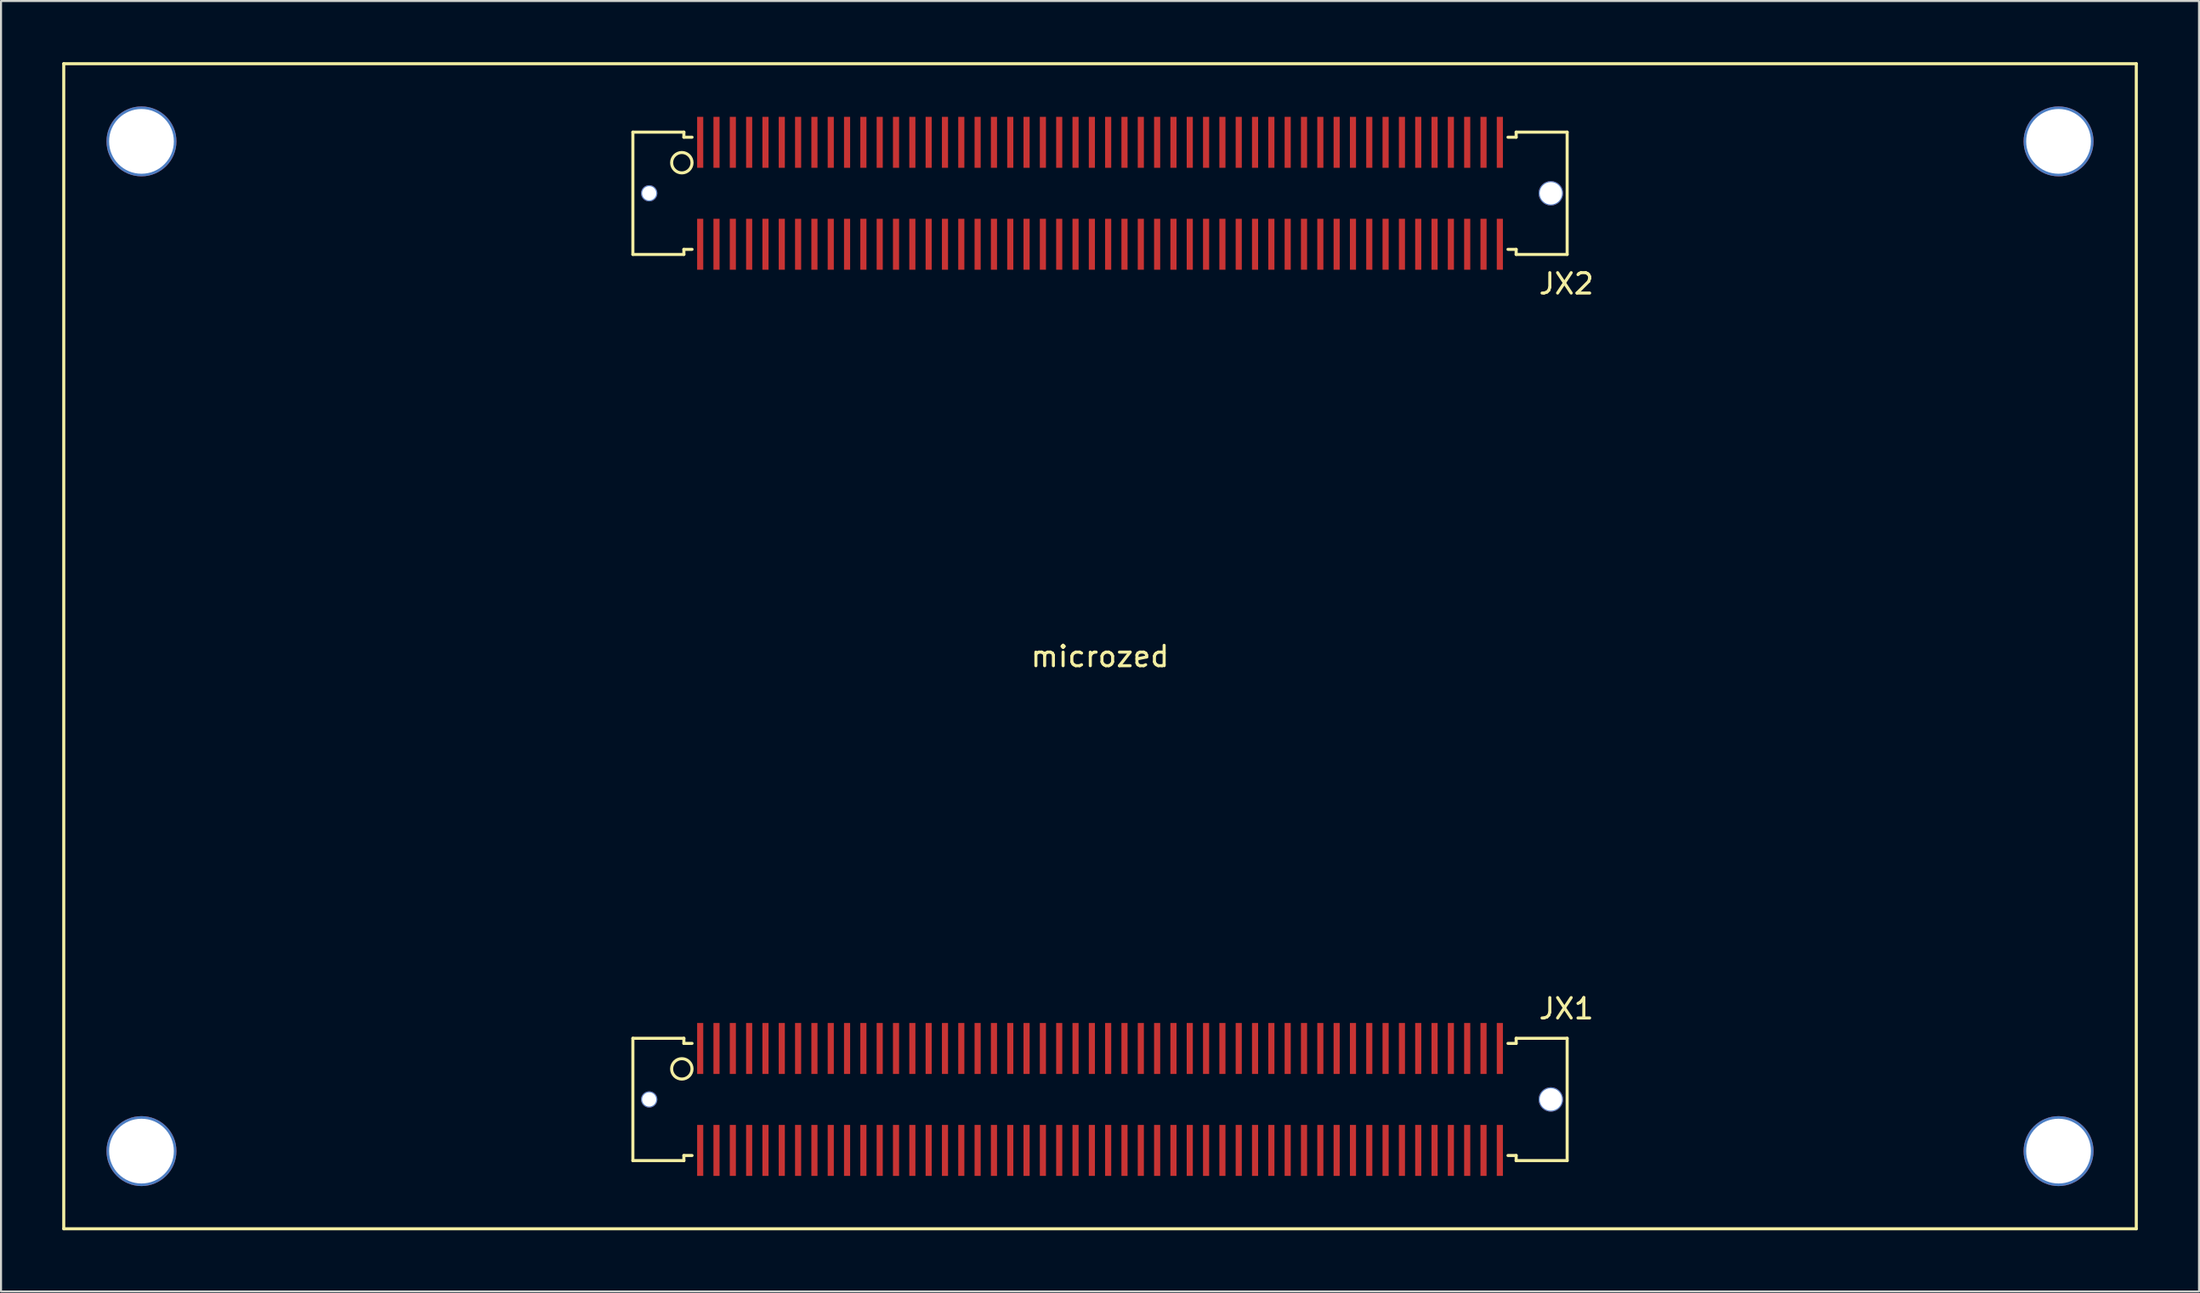
<source format=kicad_pcb>
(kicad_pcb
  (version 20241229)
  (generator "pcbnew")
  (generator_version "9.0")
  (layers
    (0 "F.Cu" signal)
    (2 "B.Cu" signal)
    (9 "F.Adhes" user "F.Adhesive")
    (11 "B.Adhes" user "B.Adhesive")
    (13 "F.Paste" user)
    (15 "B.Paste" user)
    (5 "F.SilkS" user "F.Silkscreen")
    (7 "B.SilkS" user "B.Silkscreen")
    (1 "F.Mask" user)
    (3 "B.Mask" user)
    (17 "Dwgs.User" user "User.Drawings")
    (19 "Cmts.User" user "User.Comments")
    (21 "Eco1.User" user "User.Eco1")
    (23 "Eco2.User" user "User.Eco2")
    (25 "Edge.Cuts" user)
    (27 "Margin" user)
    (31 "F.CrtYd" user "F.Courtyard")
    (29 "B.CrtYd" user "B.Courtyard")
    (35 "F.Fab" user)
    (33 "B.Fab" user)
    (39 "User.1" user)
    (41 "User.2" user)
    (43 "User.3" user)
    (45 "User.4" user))
  (footprint "microzed"
    (layer "F.Cu")
    (at 50.875 28.65)
    (property "Reference" "microzed" (at 0 0.5 0) (layer "F.SilkS") (effects (font (size 1 1) (thickness 0.15))))
    (attr through_hole)
    (fp_line (start -50.8 -28.575) (end 50.8 -28.575) (stroke (width 0.15) (type solid)) (layer "F.SilkS"))
    (fp_line (start -50.8 28.575) (end -50.8 -28.575) (stroke (width 0.15) (type solid)) (layer "F.SilkS"))
    (fp_line (start -22.9 -25.219) (end -22.9 -19.219) (stroke (width 0.15) (type solid)) (layer "F.SilkS"))
    (fp_line (start -22.9 -25.219) (end -20.4 -25.219) (stroke (width 0.15) (type solid)) (layer "F.SilkS"))
    (fp_line (start -22.9 -19.219) (end -20.4 -19.219) (stroke (width 0.15) (type solid)) (layer "F.SilkS"))
    (fp_line (start -22.9 19.231) (end -22.9 25.231) (stroke (width 0.15) (type solid)) (layer "F.SilkS"))
    (fp_line (start -22.9 19.231) (end -20.4 19.231) (stroke (width 0.15) (type solid)) (layer "F.SilkS"))
    (fp_line (start -22.9 25.231) (end -20.4 25.231) (stroke (width 0.15) (type solid)) (layer "F.SilkS"))
    (fp_line (start -20.4 -25.219) (end -20.4 -24.969) (stroke (width 0.15) (type solid)) (layer "F.SilkS"))
    (fp_line (start -20.4 -24.969) (end -20 -24.969) (stroke (width 0.15) (type solid)) (layer "F.SilkS"))
    (fp_line (start -20.4 -19.469) (end -20.4 -19.219) (stroke (width 0.15) (type solid)) (layer "F.SilkS"))
    (fp_line (start -20.4 -19.469) (end -20 -19.469) (stroke (width 0.15) (type solid)) (layer "F.SilkS"))
    (fp_line (start -20.4 19.231) (end -20.4 19.481) (stroke (width 0.15) (type solid)) (layer "F.SilkS"))
    (fp_line (start -20.4 19.481) (end -20 19.481) (stroke (width 0.15) (type solid)) (layer "F.SilkS"))
    (fp_line (start -20.4 24.981) (end -20.4 25.231) (stroke (width 0.15) (type solid)) (layer "F.SilkS"))
    (fp_line (start -20.4 24.981) (end -20 24.981) (stroke (width 0.15) (type solid)) (layer "F.SilkS"))
    (fp_line (start 20.4 -25.219) (end 20.4 -24.969) (stroke (width 0.15) (type solid)) (layer "F.SilkS"))
    (fp_line (start 20.4 -24.969) (end 20 -24.969) (stroke (width 0.15) (type solid)) (layer "F.SilkS"))
    (fp_line (start 20.4 -19.469) (end 20 -19.469) (stroke (width 0.15) (type solid)) (layer "F.SilkS"))
    (fp_line (start 20.4 -19.469) (end 20.4 -19.219) (stroke (width 0.15) (type solid)) (layer "F.SilkS"))
    (fp_line (start 20.4 19.231) (end 20.4 19.481) (stroke (width 0.15) (type solid)) (layer "F.SilkS"))
    (fp_line (start 20.4 19.481) (end 20 19.481) (stroke (width 0.15) (type solid)) (layer "F.SilkS"))
    (fp_line (start 20.4 24.981) (end 20 24.981) (stroke (width 0.15) (type solid)) (layer "F.SilkS"))
    (fp_line (start 20.4 24.981) (end 20.4 25.231) (stroke (width 0.15) (type solid)) (layer "F.SilkS"))
    (fp_line (start 22.9 -25.219) (end 20.4 -25.219) (stroke (width 0.15) (type solid)) (layer "F.SilkS"))
    (fp_line (start 22.9 -25.219) (end 22.9 -19.219) (stroke (width 0.15) (type solid)) (layer "F.SilkS"))
    (fp_line (start 22.9 -19.219) (end 20.4 -19.219) (stroke (width 0.15) (type solid)) (layer "F.SilkS"))
    (fp_line (start 22.9 19.231) (end 20.4 19.231) (stroke (width 0.15) (type solid)) (layer "F.SilkS"))
    (fp_line (start 22.9 19.231) (end 22.9 25.231) (stroke (width 0.15) (type solid)) (layer "F.SilkS"))
    (fp_line (start 22.9 25.231) (end 20.4 25.231) (stroke (width 0.15) (type solid)) (layer "F.SilkS"))
    (fp_line (start 50.8 -28.575) (end 50.8 28.575) (stroke (width 0.15) (type solid)) (layer "F.SilkS"))
    (fp_line (start 50.8 28.575) (end -50.8 28.575) (stroke (width 0.15) (type solid)) (layer "F.SilkS"))
    (fp_circle (center -20.5 -23.719) (end -20 -23.719) (stroke (width 0.15) (type solid)) (fill no) (layer "F.SilkS"))
    (fp_circle (center -20.5 20.731) (end -20 20.731) (stroke (width 0.15) (type solid)) (fill no) (layer "F.SilkS"))
    (fp_text user "JX1" (at 22.86 17.78 0) (layer "F.SilkS") (effects (font (size 1 1) (thickness 0.15))))
    (fp_text user "JX2" (at 22.86 -17.78 0) (layer "F.SilkS") (effects (font (size 1 1) (thickness 0.15))))
    (pad "" np_thru_hole circle (at -46.99 -24.765) (size 3.429 3.429) (drill 3.175) (layers "*.Cu" "*.Mask"))
    (pad "" np_thru_hole circle (at -46.99 24.765) (size 3.429 3.429) (drill 3.175) (layers "*.Cu" "*.Mask"))
    (pad "" np_thru_hole circle (at -22.1 -22.219) (size 0.8 0.8) (drill 0.7) (layers "*.Cu" "*.Mask"))
    (pad "" np_thru_hole circle (at -22.1 22.231) (size 0.8 0.8) (drill 0.7) (layers "*.Cu" "*.Mask"))
    (pad "" np_thru_hole circle (at 22.1 -22.219) (size 1.2 1.2) (drill 1.1) (layers "*.Cu" "*.Mask"))
    (pad "" np_thru_hole circle (at 22.1 22.231) (size 1.2 1.2) (drill 1.1) (layers "*.Cu" "*.Mask"))
    (pad "" np_thru_hole circle (at 46.99 -24.765) (size 3.429 3.429) (drill 3.175) (layers "*.Cu" "*.Mask"))
    (pad "" np_thru_hole circle (at 46.99 24.765) (size 3.429 3.429) (drill 3.175) (layers "*.Cu" "*.Mask"))
    (pad "1" smd rect (at 19.6 24.731) (size 0.3 2.5) (layers "F.Cu" "F.Mask" "F.Paste"))
    (pad "2" smd rect (at 19.6 19.731) (size 0.3 2.5) (layers "F.Cu" "F.Mask" "F.Paste"))
    (pad "3" smd rect (at 18.8 24.731) (size 0.3 2.5) (layers "F.Cu" "F.Mask" "F.Paste"))
    (pad "4" smd rect (at 18.8 19.731) (size 0.3 2.5) (layers "F.Cu" "F.Mask" "F.Paste"))
    (pad "5" smd rect (at 18 24.731) (size 0.3 2.5) (layers "F.Cu" "F.Mask" "F.Paste"))
    (pad "6" smd rect (at 18 19.731) (size 0.3 2.5) (layers "F.Cu" "F.Mask" "F.Paste"))
    (pad "7" smd rect (at 17.2 24.731) (size 0.3 2.5) (layers "F.Cu" "F.Mask" "F.Paste"))
    (pad "8" smd rect (at 17.2 19.731) (size 0.3 2.5) (layers "F.Cu" "F.Mask" "F.Paste"))
    (pad "9" smd rect (at 16.4 24.731) (size 0.3 2.5) (layers "F.Cu" "F.Mask" "F.Paste"))
    (pad "10" smd rect (at 16.4 19.731) (size 0.3 2.5) (layers "F.Cu" "F.Mask" "F.Paste"))
    (pad "11" smd rect (at 15.6 24.731) (size 0.3 2.5) (layers "F.Cu" "F.Mask" "F.Paste"))
    (pad "12" smd rect (at 15.6 19.731) (size 0.3 2.5) (layers "F.Cu" "F.Mask" "F.Paste"))
    (pad "13" smd rect (at 14.8 24.731) (size 0.3 2.5) (layers "F.Cu" "F.Mask" "F.Paste"))
    (pad "14" smd rect (at 14.8 19.731) (size 0.3 2.5) (layers "F.Cu" "F.Mask" "F.Paste"))
    (pad "15" smd rect (at 14 24.731) (size 0.3 2.5) (layers "F.Cu" "F.Mask" "F.Paste"))
    (pad "16" smd rect (at 14 19.731) (size 0.3 2.5) (layers "F.Cu" "F.Mask" "F.Paste"))
    (pad "17" smd rect (at 13.2 24.731) (size 0.3 2.5) (layers "F.Cu" "F.Mask" "F.Paste"))
    (pad "18" smd rect (at 13.2 19.731) (size 0.3 2.5) (layers "F.Cu" "F.Mask" "F.Paste"))
    (pad "19" smd rect (at 12.4 24.731) (size 0.3 2.5) (layers "F.Cu" "F.Mask" "F.Paste"))
    (pad "20" smd rect (at 12.4 19.731) (size 0.3 2.5) (layers "F.Cu" "F.Mask" "F.Paste"))
    (pad "21" smd rect (at 11.6 24.731) (size 0.3 2.5) (layers "F.Cu" "F.Mask" "F.Paste"))
    (pad "22" smd rect (at 11.6 19.731) (size 0.3 2.5) (layers "F.Cu" "F.Mask" "F.Paste"))
    (pad "23" smd rect (at 10.8 24.731) (size 0.3 2.5) (layers "F.Cu" "F.Mask" "F.Paste"))
    (pad "24" smd rect (at 10.8 19.731) (size 0.3 2.5) (layers "F.Cu" "F.Mask" "F.Paste"))
    (pad "25" smd rect (at 10 24.731) (size 0.3 2.5) (layers "F.Cu" "F.Mask" "F.Paste"))
    (pad "26" smd rect (at 10 19.731) (size 0.3 2.5) (layers "F.Cu" "F.Mask" "F.Paste"))
    (pad "27" smd rect (at 9.2 24.731) (size 0.3 2.5) (layers "F.Cu" "F.Mask" "F.Paste"))
    (pad "28" smd rect (at 9.2 19.731) (size 0.3 2.5) (layers "F.Cu" "F.Mask" "F.Paste"))
    (pad "29" smd rect (at 8.4 24.731) (size 0.3 2.5) (layers "F.Cu" "F.Mask" "F.Paste"))
    (pad "30" smd rect (at 8.4 19.731) (size 0.3 2.5) (layers "F.Cu" "F.Mask" "F.Paste"))
    (pad "31" smd rect (at 7.6 24.731) (size 0.3 2.5) (layers "F.Cu" "F.Mask" "F.Paste"))
    (pad "32" smd rect (at 7.6 19.731) (size 0.3 2.5) (layers "F.Cu" "F.Mask" "F.Paste"))
    (pad "33" smd rect (at 6.8 24.731) (size 0.3 2.5) (layers "F.Cu" "F.Mask" "F.Paste"))
    (pad "34" smd rect (at 6.8 19.731) (size 0.3 2.5) (layers "F.Cu" "F.Mask" "F.Paste"))
    (pad "35" smd rect (at 6 24.731) (size 0.3 2.5) (layers "F.Cu" "F.Mask" "F.Paste"))
    (pad "36" smd rect (at 6 19.731) (size 0.3 2.5) (layers "F.Cu" "F.Mask" "F.Paste"))
    (pad "37" smd rect (at 5.2 24.731) (size 0.3 2.5) (layers "F.Cu" "F.Mask" "F.Paste"))
    (pad "38" smd rect (at 5.2 19.731) (size 0.3 2.5) (layers "F.Cu" "F.Mask" "F.Paste"))
    (pad "39" smd rect (at 4.4 24.731) (size 0.3 2.5) (layers "F.Cu" "F.Mask" "F.Paste"))
    (pad "40" smd rect (at 4.4 19.731) (size 0.3 2.5) (layers "F.Cu" "F.Mask" "F.Paste"))
    (pad "41" smd rect (at 3.6 24.731) (size 0.3 2.5) (layers "F.Cu" "F.Mask" "F.Paste"))
    (pad "42" smd rect (at 3.6 19.731) (size 0.3 2.5) (layers "F.Cu" "F.Mask" "F.Paste"))
    (pad "43" smd rect (at 2.8 24.731) (size 0.3 2.5) (layers "F.Cu" "F.Mask" "F.Paste"))
    (pad "44" smd rect (at 2.8 19.731) (size 0.3 2.5) (layers "F.Cu" "F.Mask" "F.Paste"))
    (pad "45" smd rect (at 2 24.731) (size 0.3 2.5) (layers "F.Cu" "F.Mask" "F.Paste"))
    (pad "46" smd rect (at 2 19.731) (size 0.3 2.5) (layers "F.Cu" "F.Mask" "F.Paste"))
    (pad "47" smd rect (at 1.2 24.731) (size 0.3 2.5) (layers "F.Cu" "F.Mask" "F.Paste"))
    (pad "48" smd rect (at 1.2 19.731) (size 0.3 2.5) (layers "F.Cu" "F.Mask" "F.Paste"))
    (pad "49" smd rect (at 0.4 24.731) (size 0.3 2.5) (layers "F.Cu" "F.Mask" "F.Paste"))
    (pad "50" smd rect (at 0.4 19.731) (size 0.3 2.5) (layers "F.Cu" "F.Mask" "F.Paste"))
    (pad "51" smd rect (at -0.4 24.731) (size 0.3 2.5) (layers "F.Cu" "F.Mask" "F.Paste"))
    (pad "52" smd rect (at -0.4 19.731) (size 0.3 2.5) (layers "F.Cu" "F.Mask" "F.Paste"))
    (pad "53" smd rect (at -1.2 24.731) (size 0.3 2.5) (layers "F.Cu" "F.Mask" "F.Paste"))
    (pad "54" smd rect (at -1.2 19.731) (size 0.3 2.5) (layers "F.Cu" "F.Mask" "F.Paste"))
    (pad "55" smd rect (at -2 24.731) (size 0.3 2.5) (layers "F.Cu" "F.Mask" "F.Paste"))
    (pad "56" smd rect (at -2 19.731) (size 0.3 2.5) (layers "F.Cu" "F.Mask" "F.Paste"))
    (pad "57" smd rect (at -2.8 24.731) (size 0.3 2.5) (layers "F.Cu" "F.Mask" "F.Paste"))
    (pad "58" smd rect (at -2.8 19.731) (size 0.3 2.5) (layers "F.Cu" "F.Mask" "F.Paste"))
    (pad "59" smd rect (at -3.6 24.731) (size 0.3 2.5) (layers "F.Cu" "F.Mask" "F.Paste"))
    (pad "60" smd rect (at -3.6 19.731) (size 0.3 2.5) (layers "F.Cu" "F.Mask" "F.Paste"))
    (pad "61" smd rect (at -4.4 24.731) (size 0.3 2.5) (layers "F.Cu" "F.Mask" "F.Paste"))
    (pad "62" smd rect (at -4.4 19.731) (size 0.3 2.5) (layers "F.Cu" "F.Mask" "F.Paste"))
    (pad "63" smd rect (at -5.2 24.731) (size 0.3 2.5) (layers "F.Cu" "F.Mask" "F.Paste"))
    (pad "64" smd rect (at -5.2 19.731) (size 0.3 2.5) (layers "F.Cu" "F.Mask" "F.Paste"))
    (pad "65" smd rect (at -6 24.731) (size 0.3 2.5) (layers "F.Cu" "F.Mask" "F.Paste"))
    (pad "66" smd rect (at -6 19.731) (size 0.3 2.5) (layers "F.Cu" "F.Mask" "F.Paste"))
    (pad "67" smd rect (at -6.8 24.731) (size 0.3 2.5) (layers "F.Cu" "F.Mask" "F.Paste"))
    (pad "68" smd rect (at -6.8 19.731) (size 0.3 2.5) (layers "F.Cu" "F.Mask" "F.Paste"))
    (pad "69" smd rect (at -7.6 24.731) (size 0.3 2.5) (layers "F.Cu" "F.Mask" "F.Paste"))
    (pad "70" smd rect (at -7.6 19.731) (size 0.3 2.5) (layers "F.Cu" "F.Mask" "F.Paste"))
    (pad "71" smd rect (at -8.4 24.731) (size 0.3 2.5) (layers "F.Cu" "F.Mask" "F.Paste"))
    (pad "72" smd rect (at -8.4 19.731) (size 0.3 2.5) (layers "F.Cu" "F.Mask" "F.Paste"))
    (pad "73" smd rect (at -9.2 24.731) (size 0.3 2.5) (layers "F.Cu" "F.Mask" "F.Paste"))
    (pad "74" smd rect (at -9.2 19.731) (size 0.3 2.5) (layers "F.Cu" "F.Mask" "F.Paste"))
    (pad "75" smd rect (at -10 24.731) (size 0.3 2.5) (layers "F.Cu" "F.Mask" "F.Paste"))
    (pad "76" smd rect (at -10 19.731) (size 0.3 2.5) (layers "F.Cu" "F.Mask" "F.Paste"))
    (pad "77" smd rect (at -10.8 24.731) (size 0.3 2.5) (layers "F.Cu" "F.Mask" "F.Paste"))
    (pad "78" smd rect (at -10.8 19.731) (size 0.3 2.5) (layers "F.Cu" "F.Mask" "F.Paste"))
    (pad "79" smd rect (at -11.6 24.731) (size 0.3 2.5) (layers "F.Cu" "F.Mask" "F.Paste"))
    (pad "80" smd rect (at -11.6 19.731) (size 0.3 2.5) (layers "F.Cu" "F.Mask" "F.Paste"))
    (pad "81" smd rect (at -12.4 24.731) (size 0.3 2.5) (layers "F.Cu" "F.Mask" "F.Paste"))
    (pad "82" smd rect (at -12.4 19.731) (size 0.3 2.5) (layers "F.Cu" "F.Mask" "F.Paste"))
    (pad "83" smd rect (at -13.2 24.731) (size 0.3 2.5) (layers "F.Cu" "F.Mask" "F.Paste"))
    (pad "84" smd rect (at -13.2 19.731) (size 0.3 2.5) (layers "F.Cu" "F.Mask" "F.Paste"))
    (pad "85" smd rect (at -14 24.731) (size 0.3 2.5) (layers "F.Cu" "F.Mask" "F.Paste"))
    (pad "86" smd rect (at -14 19.731) (size 0.3 2.5) (layers "F.Cu" "F.Mask" "F.Paste"))
    (pad "87" smd rect (at -14.8 24.731) (size 0.3 2.5) (layers "F.Cu" "F.Mask" "F.Paste"))
    (pad "88" smd rect (at -14.8 19.731) (size 0.3 2.5) (layers "F.Cu" "F.Mask" "F.Paste"))
    (pad "89" smd rect (at -15.6 24.731) (size 0.3 2.5) (layers "F.Cu" "F.Mask" "F.Paste"))
    (pad "90" smd rect (at -15.6 19.731) (size 0.3 2.5) (layers "F.Cu" "F.Mask" "F.Paste"))
    (pad "91" smd rect (at -16.4 24.731) (size 0.3 2.5) (layers "F.Cu" "F.Mask" "F.Paste"))
    (pad "92" smd rect (at -16.4 19.731) (size 0.3 2.5) (layers "F.Cu" "F.Mask" "F.Paste"))
    (pad "93" smd rect (at -17.2 24.731) (size 0.3 2.5) (layers "F.Cu" "F.Mask" "F.Paste"))
    (pad "94" smd rect (at -17.2 19.731) (size 0.3 2.5) (layers "F.Cu" "F.Mask" "F.Paste"))
    (pad "95" smd rect (at -18 24.731) (size 0.3 2.5) (layers "F.Cu" "F.Mask" "F.Paste"))
    (pad "96" smd rect (at -18 19.731) (size 0.3 2.5) (layers "F.Cu" "F.Mask" "F.Paste"))
    (pad "97" smd rect (at -18.8 24.731) (size 0.3 2.5) (layers "F.Cu" "F.Mask" "F.Paste"))
    (pad "98" smd rect (at -18.8 19.731) (size 0.3 2.5) (layers "F.Cu" "F.Mask" "F.Paste"))
    (pad "99" smd rect (at -19.6 24.731) (size 0.3 2.5) (layers "F.Cu" "F.Mask" "F.Paste"))
    (pad "100" smd rect (at -19.6 19.731) (size 0.3 2.5) (layers "F.Cu" "F.Mask" "F.Paste"))
    (pad "101" smd rect (at 19.6 -19.719) (size 0.3 2.5) (layers "F.Cu" "F.Mask" "F.Paste"))
    (pad "102" smd rect (at 19.6 -24.719) (size 0.3 2.5) (layers "F.Cu" "F.Mask" "F.Paste"))
    (pad "103" smd rect (at 18.8 -19.719) (size 0.3 2.5) (layers "F.Cu" "F.Mask" "F.Paste"))
    (pad "104" smd rect (at 18.8 -24.719) (size 0.3 2.5) (layers "F.Cu" "F.Mask" "F.Paste"))
    (pad "105" smd rect (at 18 -19.719) (size 0.3 2.5) (layers "F.Cu" "F.Mask" "F.Paste"))
    (pad "106" smd rect (at 18 -24.719) (size 0.3 2.5) (layers "F.Cu" "F.Mask" "F.Paste"))
    (pad "107" smd rect (at 17.2 -19.719) (size 0.3 2.5) (layers "F.Cu" "F.Mask" "F.Paste"))
    (pad "108" smd rect (at 17.2 -24.719) (size 0.3 2.5) (layers "F.Cu" "F.Mask" "F.Paste"))
    (pad "109" smd rect (at 16.4 -19.719) (size 0.3 2.5) (layers "F.Cu" "F.Mask" "F.Paste"))
    (pad "110" smd rect (at 16.4 -24.719) (size 0.3 2.5) (layers "F.Cu" "F.Mask" "F.Paste"))
    (pad "111" smd rect (at 15.6 -19.719) (size 0.3 2.5) (layers "F.Cu" "F.Mask" "F.Paste"))
    (pad "112" smd rect (at 15.6 -24.719) (size 0.3 2.5) (layers "F.Cu" "F.Mask" "F.Paste"))
    (pad "113" smd rect (at 14.8 -19.719) (size 0.3 2.5) (layers "F.Cu" "F.Mask" "F.Paste"))
    (pad "114" smd rect (at 14.8 -24.719) (size 0.3 2.5) (layers "F.Cu" "F.Mask" "F.Paste"))
    (pad "115" smd rect (at 14 -19.719) (size 0.3 2.5) (layers "F.Cu" "F.Mask" "F.Paste"))
    (pad "116" smd rect (at 14 -24.719) (size 0.3 2.5) (layers "F.Cu" "F.Mask" "F.Paste"))
    (pad "117" smd rect (at 13.2 -19.719) (size 0.3 2.5) (layers "F.Cu" "F.Mask" "F.Paste"))
    (pad "118" smd rect (at 13.2 -24.719) (size 0.3 2.5) (layers "F.Cu" "F.Mask" "F.Paste"))
    (pad "119" smd rect (at 12.4 -19.719) (size 0.3 2.5) (layers "F.Cu" "F.Mask" "F.Paste"))
    (pad "120" smd rect (at 12.4 -24.719) (size 0.3 2.5) (layers "F.Cu" "F.Mask" "F.Paste"))
    (pad "121" smd rect (at 11.6 -19.719) (size 0.3 2.5) (layers "F.Cu" "F.Mask" "F.Paste"))
    (pad "122" smd rect (at 11.6 -24.719) (size 0.3 2.5) (layers "F.Cu" "F.Mask" "F.Paste"))
    (pad "123" smd rect (at 10.8 -19.719) (size 0.3 2.5) (layers "F.Cu" "F.Mask" "F.Paste"))
    (pad "124" smd rect (at 10.8 -24.719) (size 0.3 2.5) (layers "F.Cu" "F.Mask" "F.Paste"))
    (pad "125" smd rect (at 10 -19.719) (size 0.3 2.5) (layers "F.Cu" "F.Mask" "F.Paste"))
    (pad "126" smd rect (at 10 -24.719) (size 0.3 2.5) (layers "F.Cu" "F.Mask" "F.Paste"))
    (pad "127" smd rect (at 9.2 -19.719) (size 0.3 2.5) (layers "F.Cu" "F.Mask" "F.Paste"))
    (pad "128" smd rect (at 9.2 -24.719) (size 0.3 2.5) (layers "F.Cu" "F.Mask" "F.Paste"))
    (pad "129" smd rect (at 8.4 -19.719) (size 0.3 2.5) (layers "F.Cu" "F.Mask" "F.Paste"))
    (pad "130" smd rect (at 8.4 -24.719) (size 0.3 2.5) (layers "F.Cu" "F.Mask" "F.Paste"))
    (pad "131" smd rect (at 7.6 -19.719) (size 0.3 2.5) (layers "F.Cu" "F.Mask" "F.Paste"))
    (pad "132" smd rect (at 7.6 -24.719) (size 0.3 2.5) (layers "F.Cu" "F.Mask" "F.Paste"))
    (pad "133" smd rect (at 6.8 -19.719) (size 0.3 2.5) (layers "F.Cu" "F.Mask" "F.Paste"))
    (pad "134" smd rect (at 6.8 -24.719) (size 0.3 2.5) (layers "F.Cu" "F.Mask" "F.Paste"))
    (pad "135" smd rect (at 6 -19.719) (size 0.3 2.5) (layers "F.Cu" "F.Mask" "F.Paste"))
    (pad "136" smd rect (at 6 -24.719) (size 0.3 2.5) (layers "F.Cu" "F.Mask" "F.Paste"))
    (pad "137" smd rect (at 5.2 -19.719) (size 0.3 2.5) (layers "F.Cu" "F.Mask" "F.Paste"))
    (pad "138" smd rect (at 5.2 -24.719) (size 0.3 2.5) (layers "F.Cu" "F.Mask" "F.Paste"))
    (pad "139" smd rect (at 4.4 -19.719) (size 0.3 2.5) (layers "F.Cu" "F.Mask" "F.Paste"))
    (pad "140" smd rect (at 4.4 -24.719) (size 0.3 2.5) (layers "F.Cu" "F.Mask" "F.Paste"))
    (pad "141" smd rect (at 3.6 -19.719) (size 0.3 2.5) (layers "F.Cu" "F.Mask" "F.Paste"))
    (pad "142" smd rect (at 3.6 -24.719) (size 0.3 2.5) (layers "F.Cu" "F.Mask" "F.Paste"))
    (pad "143" smd rect (at 2.8 -19.719) (size 0.3 2.5) (layers "F.Cu" "F.Mask" "F.Paste"))
    (pad "144" smd rect (at 2.8 -24.719) (size 0.3 2.5) (layers "F.Cu" "F.Mask" "F.Paste"))
    (pad "145" smd rect (at 2 -19.719) (size 0.3 2.5) (layers "F.Cu" "F.Mask" "F.Paste"))
    (pad "146" smd rect (at 2 -24.719) (size 0.3 2.5) (layers "F.Cu" "F.Mask" "F.Paste"))
    (pad "147" smd rect (at 1.2 -19.719) (size 0.3 2.5) (layers "F.Cu" "F.Mask" "F.Paste"))
    (pad "148" smd rect (at 1.2 -24.719) (size 0.3 2.5) (layers "F.Cu" "F.Mask" "F.Paste"))
    (pad "149" smd rect (at 0.4 -19.719) (size 0.3 2.5) (layers "F.Cu" "F.Mask" "F.Paste"))
    (pad "150" smd rect (at 0.4 -24.719) (size 0.3 2.5) (layers "F.Cu" "F.Mask" "F.Paste"))
    (pad "151" smd rect (at -0.4 -19.719) (size 0.3 2.5) (layers "F.Cu" "F.Mask" "F.Paste"))
    (pad "152" smd rect (at -0.4 -24.719) (size 0.3 2.5) (layers "F.Cu" "F.Mask" "F.Paste"))
    (pad "153" smd rect (at -1.2 -19.719) (size 0.3 2.5) (layers "F.Cu" "F.Mask" "F.Paste"))
    (pad "154" smd rect (at -1.2 -24.719) (size 0.3 2.5) (layers "F.Cu" "F.Mask" "F.Paste"))
    (pad "155" smd rect (at -2 -19.719) (size 0.3 2.5) (layers "F.Cu" "F.Mask" "F.Paste"))
    (pad "156" smd rect (at -2 -24.719) (size 0.3 2.5) (layers "F.Cu" "F.Mask" "F.Paste"))
    (pad "157" smd rect (at -2.8 -19.719) (size 0.3 2.5) (layers "F.Cu" "F.Mask" "F.Paste"))
    (pad "158" smd rect (at -2.8 -24.719) (size 0.3 2.5) (layers "F.Cu" "F.Mask" "F.Paste"))
    (pad "159" smd rect (at -3.6 -19.719) (size 0.3 2.5) (layers "F.Cu" "F.Mask" "F.Paste"))
    (pad "160" smd rect (at -3.6 -24.719) (size 0.3 2.5) (layers "F.Cu" "F.Mask" "F.Paste"))
    (pad "161" smd rect (at -4.4 -19.719) (size 0.3 2.5) (layers "F.Cu" "F.Mask" "F.Paste"))
    (pad "162" smd rect (at -4.4 -24.719) (size 0.3 2.5) (layers "F.Cu" "F.Mask" "F.Paste"))
    (pad "163" smd rect (at -5.2 -19.719) (size 0.3 2.5) (layers "F.Cu" "F.Mask" "F.Paste"))
    (pad "164" smd rect (at -5.2 -24.719) (size 0.3 2.5) (layers "F.Cu" "F.Mask" "F.Paste"))
    (pad "165" smd rect (at -6 -19.719) (size 0.3 2.5) (layers "F.Cu" "F.Mask" "F.Paste"))
    (pad "166" smd rect (at -6 -24.719) (size 0.3 2.5) (layers "F.Cu" "F.Mask" "F.Paste"))
    (pad "167" smd rect (at -6.8 -19.719) (size 0.3 2.5) (layers "F.Cu" "F.Mask" "F.Paste"))
    (pad "168" smd rect (at -6.8 -24.719) (size 0.3 2.5) (layers "F.Cu" "F.Mask" "F.Paste"))
    (pad "169" smd rect (at -7.6 -19.719) (size 0.3 2.5) (layers "F.Cu" "F.Mask" "F.Paste"))
    (pad "170" smd rect (at -7.6 -24.719) (size 0.3 2.5) (layers "F.Cu" "F.Mask" "F.Paste"))
    (pad "171" smd rect (at -8.4 -19.719) (size 0.3 2.5) (layers "F.Cu" "F.Mask" "F.Paste"))
    (pad "172" smd rect (at -8.4 -24.719) (size 0.3 2.5) (layers "F.Cu" "F.Mask" "F.Paste"))
    (pad "173" smd rect (at -9.2 -19.719) (size 0.3 2.5) (layers "F.Cu" "F.Mask" "F.Paste"))
    (pad "174" smd rect (at -9.2 -24.719) (size 0.3 2.5) (layers "F.Cu" "F.Mask" "F.Paste"))
    (pad "175" smd rect (at -10 -19.719) (size 0.3 2.5) (layers "F.Cu" "F.Mask" "F.Paste"))
    (pad "176" smd rect (at -10 -24.719) (size 0.3 2.5) (layers "F.Cu" "F.Mask" "F.Paste"))
    (pad "177" smd rect (at -10.8 -19.719) (size 0.3 2.5) (layers "F.Cu" "F.Mask" "F.Paste"))
    (pad "178" smd rect (at -10.8 -24.719) (size 0.3 2.5) (layers "F.Cu" "F.Mask" "F.Paste"))
    (pad "179" smd rect (at -11.6 -19.719) (size 0.3 2.5) (layers "F.Cu" "F.Mask" "F.Paste"))
    (pad "180" smd rect (at -11.6 -24.719) (size 0.3 2.5) (layers "F.Cu" "F.Mask" "F.Paste"))
    (pad "181" smd rect (at -12.4 -19.719) (size 0.3 2.5) (layers "F.Cu" "F.Mask" "F.Paste"))
    (pad "182" smd rect (at -12.4 -24.719) (size 0.3 2.5) (layers "F.Cu" "F.Mask" "F.Paste"))
    (pad "183" smd rect (at -13.2 -19.719) (size 0.3 2.5) (layers "F.Cu" "F.Mask" "F.Paste"))
    (pad "184" smd rect (at -13.2 -24.719) (size 0.3 2.5) (layers "F.Cu" "F.Mask" "F.Paste"))
    (pad "185" smd rect (at -14 -19.719) (size 0.3 2.5) (layers "F.Cu" "F.Mask" "F.Paste"))
    (pad "186" smd rect (at -14 -24.719) (size 0.3 2.5) (layers "F.Cu" "F.Mask" "F.Paste"))
    (pad "187" smd rect (at -14.8 -19.719) (size 0.3 2.5) (layers "F.Cu" "F.Mask" "F.Paste"))
    (pad "188" smd rect (at -14.8 -24.719) (size 0.3 2.5) (layers "F.Cu" "F.Mask" "F.Paste"))
    (pad "189" smd rect (at -15.6 -19.719) (size 0.3 2.5) (layers "F.Cu" "F.Mask" "F.Paste"))
    (pad "190" smd rect (at -15.6 -24.719) (size 0.3 2.5) (layers "F.Cu" "F.Mask" "F.Paste"))
    (pad "191" smd rect (at -16.4 -19.719) (size 0.3 2.5) (layers "F.Cu" "F.Mask" "F.Paste"))
    (pad "192" smd rect (at -16.4 -24.719) (size 0.3 2.5) (layers "F.Cu" "F.Mask" "F.Paste"))
    (pad "193" smd rect (at -17.2 -19.719) (size 0.3 2.5) (layers "F.Cu" "F.Mask" "F.Paste"))
    (pad "194" smd rect (at -17.2 -24.719) (size 0.3 2.5) (layers "F.Cu" "F.Mask" "F.Paste"))
    (pad "195" smd rect (at -18 -19.719) (size 0.3 2.5) (layers "F.Cu" "F.Mask" "F.Paste"))
    (pad "196" smd rect (at -18 -24.719) (size 0.3 2.5) (layers "F.Cu" "F.Mask" "F.Paste"))
    (pad "197" smd rect (at -18.8 -19.719) (size 0.3 2.5) (layers "F.Cu" "F.Mask" "F.Paste"))
    (pad "198" smd rect (at -18.8 -24.719) (size 0.3 2.5) (layers "F.Cu" "F.Mask" "F.Paste"))
    (pad "199" smd rect (at -19.6 -19.719) (size 0.3 2.5) (layers "F.Cu" "F.Mask" "F.Paste"))
    (pad "200" smd rect (at -19.6 -24.719) (size 0.3 2.5) (layers "F.Cu" "F.Mask" "F.Paste")))
  (gr_rect
    (start -3 -3)
    (end 104.75 60.3)
    (stroke (width 0.1) (type default))
    (fill no)
    (layer "Edge.Cuts")))
</source>
